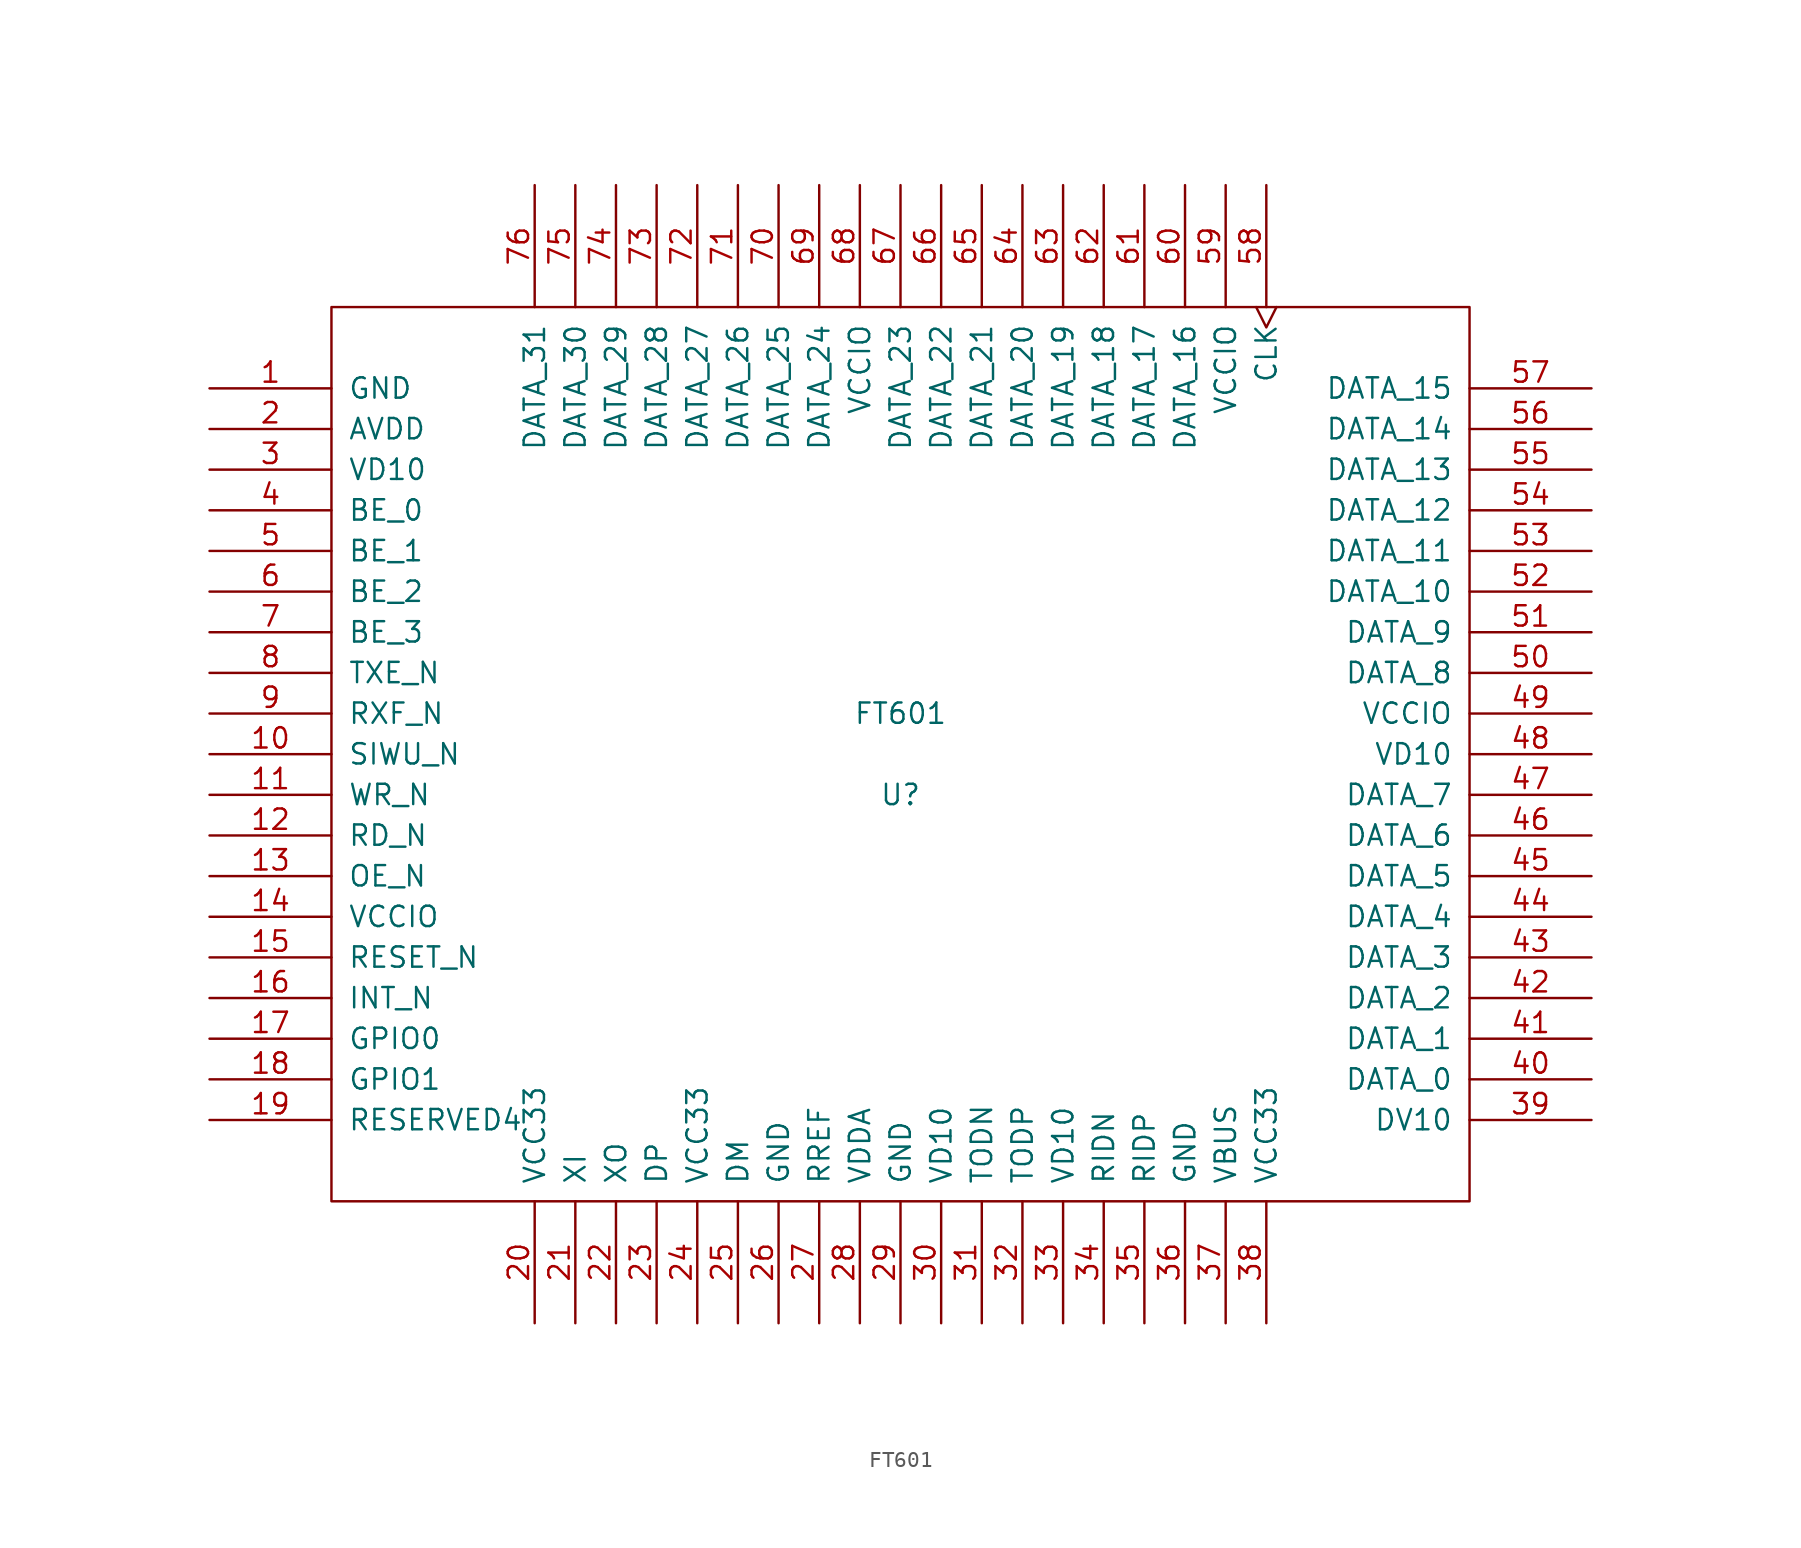
<source format=kicad_sym>
(kicad_symbol_lib
  (version 20220914)
  (generator kicad_symbol_editor)
  (symbol "FT601"
    (pin_names
      (offset 1.016))
    (property "Reference" "U"
      (at 0 -2.54 0)
      (effects (font (size 1.27 1.27))))
    (property "Value" "FT601"
      (at 0 2.54 0)
      (effects (font (size 1.27 1.27))))
    (symbol "FT601_1_0"
      (rectangle (start -35.56 -27.94) (end 35.56 27.94) (stroke (width 0) (type default)) (fill (type none))))
    (symbol "FT601_1_1"
      (pin power_in line (at -43.18 22.86 0) (length 7.62) (name "GND" (effects (font (size 1.27 1.27)))) (number "1" (effects (font (size 1.27 1.27)))))
      (pin input line (at -43.18 0 0) (length 7.62) (name "SIWU_N" (effects (font (size 1.27 1.27)))) (number "10" (effects (font (size 1.27 1.27)))))
      (pin input line (at -43.18 -2.54 0) (length 7.62) (name "WR_N" (effects (font (size 1.27 1.27)))) (number "11" (effects (font (size 1.27 1.27)))))
      (pin input line (at -43.18 -5.08 0) (length 7.62) (name "RD_N" (effects (font (size 1.27 1.27)))) (number "12" (effects (font (size 1.27 1.27)))))
      (pin input line (at -43.18 -7.62 0) (length 7.62) (name "OE_N" (effects (font (size 1.27 1.27)))) (number "13" (effects (font (size 1.27 1.27)))))
      (pin power_in line (at -43.18 -10.16 0) (length 7.62) (name "VCCIO" (effects (font (size 1.27 1.27)))) (number "14" (effects (font (size 1.27 1.27)))))
      (pin input line (at -43.18 -12.7 0) (length 7.62) (name "RESET_N" (effects (font (size 1.27 1.27)))) (number "15" (effects (font (size 1.27 1.27)))))
      (pin input line (at -43.18 -15.24 0) (length 7.62) (name "INT_N" (effects (font (size 1.27 1.27)))) (number "16" (effects (font (size 1.27 1.27)))))
      (pin input line (at -43.18 -17.78 0) (length 7.62) (name "GPIO0" (effects (font (size 1.27 1.27)))) (number "17" (effects (font (size 1.27 1.27)))))
      (pin input line (at -43.18 -20.32 0) (length 7.62) (name "GPIO1" (effects (font (size 1.27 1.27)))) (number "18" (effects (font (size 1.27 1.27)))))
      (pin input line (at -43.18 -22.86 0) (length 7.62) (name "RESERVED4" (effects (font (size 1.27 1.27)))) (number "19" (effects (font (size 1.27 1.27)))))
      (pin power_in line (at -43.18 20.32 0) (length 7.62) (name "AVDD" (effects (font (size 1.27 1.27)))) (number "2" (effects (font (size 1.27 1.27)))))
      (pin power_in line (at -22.86 -35.56 90) (length 7.62) (name "VCC33" (effects (font (size 1.27 1.27)))) (number "20" (effects (font (size 1.27 1.27)))))
      (pin input line (at -20.32 -35.56 90) (length 7.62) (name "XI" (effects (font (size 1.27 1.27)))) (number "21" (effects (font (size 1.27 1.27)))))
      (pin input line (at -17.78 -35.56 90) (length 7.62) (name "XO" (effects (font (size 1.27 1.27)))) (number "22" (effects (font (size 1.27 1.27)))))
      (pin input line (at -15.24 -35.56 90) (length 7.62) (name "DP" (effects (font (size 1.27 1.27)))) (number "23" (effects (font (size 1.27 1.27)))))
      (pin power_in line (at -12.7 -35.56 90) (length 7.62) (name "VCC33" (effects (font (size 1.27 1.27)))) (number "24" (effects (font (size 1.27 1.27)))))
      (pin input line (at -10.16 -35.56 90) (length 7.62) (name "DM" (effects (font (size 1.27 1.27)))) (number "25" (effects (font (size 1.27 1.27)))))
      (pin power_in line (at -7.62 -35.56 90) (length 7.62) (name "GND" (effects (font (size 1.27 1.27)))) (number "26" (effects (font (size 1.27 1.27)))))
      (pin input line (at -5.08 -35.56 90) (length 7.62) (name "RREF" (effects (font (size 1.27 1.27)))) (number "27" (effects (font (size 1.27 1.27)))))
      (pin power_in line (at -2.54 -35.56 90) (length 7.62) (name "VDDA" (effects (font (size 1.27 1.27)))) (number "28" (effects (font (size 1.27 1.27)))))
      (pin power_in line (at 0 -35.56 90) (length 7.62) (name "GND" (effects (font (size 1.27 1.27)))) (number "29" (effects (font (size 1.27 1.27)))))
      (pin input line (at -43.18 17.78 0) (length 7.62) (name "VD10" (effects (font (size 1.27 1.27)))) (number "3" (effects (font (size 1.27 1.27)))))
      (pin input line (at 2.54 -35.56 90) (length 7.62) (name "VD10" (effects (font (size 1.27 1.27)))) (number "30" (effects (font (size 1.27 1.27)))))
      (pin input line (at 5.08 -35.56 90) (length 7.62) (name "TODN" (effects (font (size 1.27 1.27)))) (number "31" (effects (font (size 1.27 1.27)))))
      (pin input line (at 7.62 -35.56 90) (length 7.62) (name "TODP" (effects (font (size 1.27 1.27)))) (number "32" (effects (font (size 1.27 1.27)))))
      (pin input line (at 10.16 -35.56 90) (length 7.62) (name "VD10" (effects (font (size 1.27 1.27)))) (number "33" (effects (font (size 1.27 1.27)))))
      (pin input line (at 12.7 -35.56 90) (length 7.62) (name "RIDN" (effects (font (size 1.27 1.27)))) (number "34" (effects (font (size 1.27 1.27)))))
      (pin input line (at 15.24 -35.56 90) (length 7.62) (name "RIDP" (effects (font (size 1.27 1.27)))) (number "35" (effects (font (size 1.27 1.27)))))
      (pin power_in line (at 17.78 -35.56 90) (length 7.62) (name "GND" (effects (font (size 1.27 1.27)))) (number "36" (effects (font (size 1.27 1.27)))))
      (pin input line (at 20.32 -35.56 90) (length 7.62) (name "VBUS" (effects (font (size 1.27 1.27)))) (number "37" (effects (font (size 1.27 1.27)))))
      (pin power_in line (at 22.86 -35.56 90) (length 7.62) (name "VCC33" (effects (font (size 1.27 1.27)))) (number "38" (effects (font (size 1.27 1.27)))))
      (pin input line (at 43.18 -22.86 180) (length 7.62) (name "DV10" (effects (font (size 1.27 1.27)))) (number "39" (effects (font (size 1.27 1.27)))))
      (pin input line (at -43.18 15.24 0) (length 7.62) (name "BE_0" (effects (font (size 1.27 1.27)))) (number "4" (effects (font (size 1.27 1.27)))))
      (pin input line (at 43.18 -20.32 180) (length 7.62) (name "DATA_0" (effects (font (size 1.27 1.27)))) (number "40" (effects (font (size 1.27 1.27)))))
      (pin input line (at 43.18 -17.78 180) (length 7.62) (name "DATA_1" (effects (font (size 1.27 1.27)))) (number "41" (effects (font (size 1.27 1.27)))))
      (pin input line (at 43.18 -15.24 180) (length 7.62) (name "DATA_2" (effects (font (size 1.27 1.27)))) (number "42" (effects (font (size 1.27 1.27)))))
      (pin input line (at 43.18 -12.7 180) (length 7.62) (name "DATA_3" (effects (font (size 1.27 1.27)))) (number "43" (effects (font (size 1.27 1.27)))))
      (pin input line (at 43.18 -10.16 180) (length 7.62) (name "DATA_4" (effects (font (size 1.27 1.27)))) (number "44" (effects (font (size 1.27 1.27)))))
      (pin input line (at 43.18 -7.62 180) (length 7.62) (name "DATA_5" (effects (font (size 1.27 1.27)))) (number "45" (effects (font (size 1.27 1.27)))))
      (pin input line (at 43.18 -5.08 180) (length 7.62) (name "DATA_6" (effects (font (size 1.27 1.27)))) (number "46" (effects (font (size 1.27 1.27)))))
      (pin input line (at 43.18 -2.54 180) (length 7.62) (name "DATA_7" (effects (font (size 1.27 1.27)))) (number "47" (effects (font (size 1.27 1.27)))))
      (pin input line (at 43.18 0 180) (length 7.62) (name "VD10" (effects (font (size 1.27 1.27)))) (number "48" (effects (font (size 1.27 1.27)))))
      (pin power_in line (at 43.18 2.54 180) (length 7.62) (name "VCCIO" (effects (font (size 1.27 1.27)))) (number "49" (effects (font (size 1.27 1.27)))))
      (pin input line (at -43.18 12.7 0) (length 7.62) (name "BE_1" (effects (font (size 1.27 1.27)))) (number "5" (effects (font (size 1.27 1.27)))))
      (pin input line (at 43.18 5.08 180) (length 7.62) (name "DATA_8" (effects (font (size 1.27 1.27)))) (number "50" (effects (font (size 1.27 1.27)))))
      (pin input line (at 43.18 7.62 180) (length 7.62) (name "DATA_9" (effects (font (size 1.27 1.27)))) (number "51" (effects (font (size 1.27 1.27)))))
      (pin input line (at 43.18 10.16 180) (length 7.62) (name "DATA_10" (effects (font (size 1.27 1.27)))) (number "52" (effects (font (size 1.27 1.27)))))
      (pin input line (at 43.18 12.7 180) (length 7.62) (name "DATA_11" (effects (font (size 1.27 1.27)))) (number "53" (effects (font (size 1.27 1.27)))))
      (pin input line (at 43.18 15.24 180) (length 7.62) (name "DATA_12" (effects (font (size 1.27 1.27)))) (number "54" (effects (font (size 1.27 1.27)))))
      (pin input line (at 43.18 17.78 180) (length 7.62) (name "DATA_13" (effects (font (size 1.27 1.27)))) (number "55" (effects (font (size 1.27 1.27)))))
      (pin input line (at 43.18 20.32 180) (length 7.62) (name "DATA_14" (effects (font (size 1.27 1.27)))) (number "56" (effects (font (size 1.27 1.27)))))
      (pin input line (at 43.18 22.86 180) (length 7.62) (name "DATA_15" (effects (font (size 1.27 1.27)))) (number "57" (effects (font (size 1.27 1.27)))))
      (pin input clock (at 22.86 35.56 270) (length 7.62) (name "CLK" (effects (font (size 1.27 1.27)))) (number "58" (effects (font (size 1.27 1.27)))))
      (pin power_in line (at 20.32 35.56 270) (length 7.62) (name "VCCIO" (effects (font (size 1.27 1.27)))) (number "59" (effects (font (size 1.27 1.27)))))
      (pin input line (at -43.18 10.16 0) (length 7.62) (name "BE_2" (effects (font (size 1.27 1.27)))) (number "6" (effects (font (size 1.27 1.27)))))
      (pin input line (at 17.78 35.56 270) (length 7.62) (name "DATA_16" (effects (font (size 1.27 1.27)))) (number "60" (effects (font (size 1.27 1.27)))))
      (pin input line (at 15.24 35.56 270) (length 7.62) (name "DATA_17" (effects (font (size 1.27 1.27)))) (number "61" (effects (font (size 1.27 1.27)))))
      (pin input line (at 12.7 35.56 270) (length 7.62) (name "DATA_18" (effects (font (size 1.27 1.27)))) (number "62" (effects (font (size 1.27 1.27)))))
      (pin input line (at 10.16 35.56 270) (length 7.62) (name "DATA_19" (effects (font (size 1.27 1.27)))) (number "63" (effects (font (size 1.27 1.27)))))
      (pin input line (at 7.62 35.56 270) (length 7.62) (name "DATA_20" (effects (font (size 1.27 1.27)))) (number "64" (effects (font (size 1.27 1.27)))))
      (pin input line (at 5.08 35.56 270) (length 7.62) (name "DATA_21" (effects (font (size 1.27 1.27)))) (number "65" (effects (font (size 1.27 1.27)))))
      (pin input line (at 2.54 35.56 270) (length 7.62) (name "DATA_22" (effects (font (size 1.27 1.27)))) (number "66" (effects (font (size 1.27 1.27)))))
      (pin input line (at 0 35.56 270) (length 7.62) (name "DATA_23" (effects (font (size 1.27 1.27)))) (number "67" (effects (font (size 1.27 1.27)))))
      (pin power_in line (at -2.54 35.56 270) (length 7.62) (name "VCCIO" (effects (font (size 1.27 1.27)))) (number "68" (effects (font (size 1.27 1.27)))))
      (pin input line (at -5.08 35.56 270) (length 7.62) (name "DATA_24" (effects (font (size 1.27 1.27)))) (number "69" (effects (font (size 1.27 1.27)))))
      (pin input line (at -43.18 7.62 0) (length 7.62) (name "BE_3" (effects (font (size 1.27 1.27)))) (number "7" (effects (font (size 1.27 1.27)))))
      (pin input line (at -7.62 35.56 270) (length 7.62) (name "DATA_25" (effects (font (size 1.27 1.27)))) (number "70" (effects (font (size 1.27 1.27)))))
      (pin input line (at -10.16 35.56 270) (length 7.62) (name "DATA_26" (effects (font (size 1.27 1.27)))) (number "71" (effects (font (size 1.27 1.27)))))
      (pin input line (at -12.7 35.56 270) (length 7.62) (name "DATA_27" (effects (font (size 1.27 1.27)))) (number "72" (effects (font (size 1.27 1.27)))))
      (pin input line (at -15.24 35.56 270) (length 7.62) (name "DATA_28" (effects (font (size 1.27 1.27)))) (number "73" (effects (font (size 1.27 1.27)))))
      (pin input line (at -17.78 35.56 270) (length 7.62) (name "DATA_29" (effects (font (size 1.27 1.27)))) (number "74" (effects (font (size 1.27 1.27)))))
      (pin input line (at -20.32 35.56 270) (length 7.62) (name "DATA_30" (effects (font (size 1.27 1.27)))) (number "75" (effects (font (size 1.27 1.27)))))
      (pin input line (at -22.86 35.56 270) (length 7.62) (name "DATA_31" (effects (font (size 1.27 1.27)))) (number "76" (effects (font (size 1.27 1.27)))))
      (pin input line (at -43.18 5.08 0) (length 7.62) (name "TXE_N" (effects (font (size 1.27 1.27)))) (number "8" (effects (font (size 1.27 1.27)))))
      (pin input line (at -43.18 2.54 0) (length 7.62) (name "RXF_N" (effects (font (size 1.27 1.27)))) (number "9" (effects (font (size 1.27 1.27))))))))
</source>
